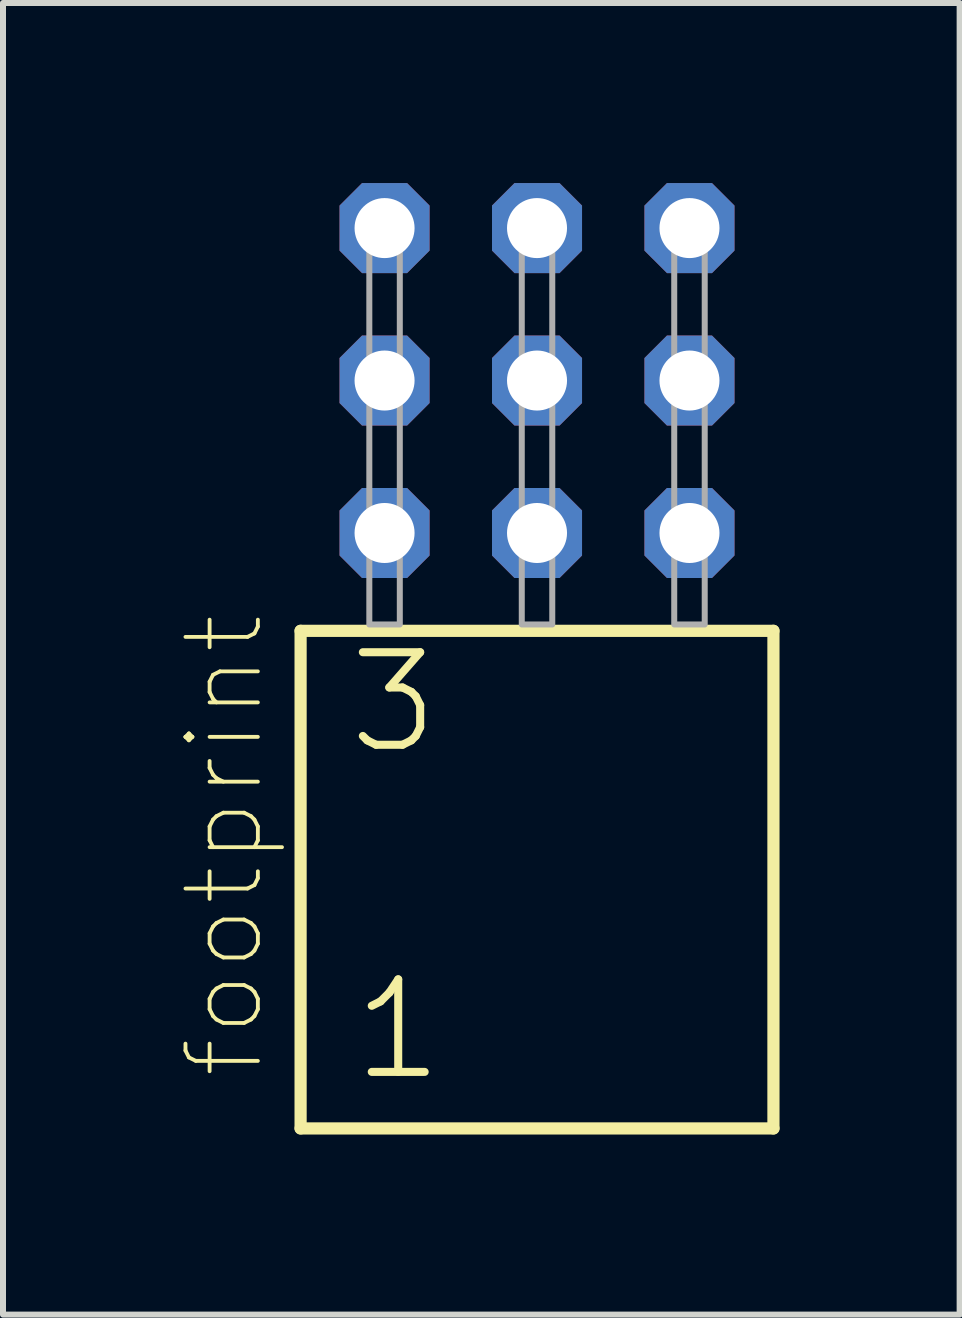
<source format=kicad_pcb>
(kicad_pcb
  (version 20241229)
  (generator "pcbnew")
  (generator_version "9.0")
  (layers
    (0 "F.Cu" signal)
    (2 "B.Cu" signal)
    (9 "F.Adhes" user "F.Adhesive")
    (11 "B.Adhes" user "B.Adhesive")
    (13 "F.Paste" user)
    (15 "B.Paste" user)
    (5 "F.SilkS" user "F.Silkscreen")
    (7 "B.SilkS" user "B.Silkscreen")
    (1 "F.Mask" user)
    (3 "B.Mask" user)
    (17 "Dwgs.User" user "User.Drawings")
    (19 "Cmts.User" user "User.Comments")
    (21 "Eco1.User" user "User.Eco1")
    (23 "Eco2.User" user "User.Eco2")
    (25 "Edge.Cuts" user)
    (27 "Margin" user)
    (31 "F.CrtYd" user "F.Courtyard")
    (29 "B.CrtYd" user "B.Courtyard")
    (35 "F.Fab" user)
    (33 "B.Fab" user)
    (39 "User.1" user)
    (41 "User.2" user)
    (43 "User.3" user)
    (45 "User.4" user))
  (footprint "footprint"
    (layer "F.Cu")
    (at 5.897 7.354)
    (property "Reference" "footprint" (at -4.5 7.6 90) (layer "F.SilkS") (effects (font (size 1.206 1.206) (thickness 0.064)) (justify left bottom)))
    (fp_line (start -3.939 0.106) (end -3.939 8.396) (stroke (width 0.203) (type solid)) (layer "F.SilkS"))
    (fp_line (start -3.939 8.396) (end 3.939 8.396) (stroke (width 0.203) (type solid)) (layer "F.SilkS"))
    (fp_line (start 3.939 0.106) (end -3.939 0.106) (stroke (width 0.203) (type solid)) (layer "F.SilkS"))
    (fp_line (start 3.939 8.396) (end 3.939 0.106) (stroke (width 0.203) (type solid)) (layer "F.SilkS"))
    (fp_poly (pts (xy -2.794 0) (xy -2.286 0) (xy -2.286 -6.858) (xy -2.794 -6.858)) (stroke (width 0.1) (type solid)) (fill no) (layer "F.Fab"))
    (fp_poly (pts (xy -0.254 0) (xy 0.254 0) (xy 0.254 -6.858) (xy -0.254 -6.858)) (stroke (width 0.1) (type solid)) (fill no) (layer "F.Fab"))
    (fp_poly (pts (xy 2.286 0) (xy 2.794 0) (xy 2.794 -6.858) (xy 2.286 -6.858)) (stroke (width 0.1) (type solid)) (fill no) (layer "F.Fab"))
    (fp_text user "3" (at -3.21 2.2 0) (layer "F.SilkS") (effects (font (size 1.542 1.542) (thickness 0.134)) (justify left bottom)))
    (fp_text user "1" (at -3.135 7.65 0) (layer "F.SilkS") (effects (font (size 1.542 1.542) (thickness 0.134)) (justify left bottom)))
    (pad "1" thru_hole roundrect (at -2.54 -1.524) (size 1.5 1.5) (drill 1) (layers "*.Cu" "*.Mask") (roundrect_rratio 0.25) (chamfer_ratio 0.25) (chamfer top_left top_right bottom_left bottom_right))
    (pad "2" thru_hole roundrect (at -2.54 -4.064) (size 1.5 1.5) (drill 1) (layers "*.Cu" "*.Mask") (roundrect_rratio 0.25) (chamfer_ratio 0.25) (chamfer top_left top_right bottom_left bottom_right))
    (pad "3" thru_hole roundrect (at -2.54 -6.604) (size 1.5 1.5) (drill 1) (layers "*.Cu" "*.Mask") (roundrect_rratio 0.25) (chamfer_ratio 0.25) (chamfer top_left top_right bottom_left bottom_right))
    (pad "4" thru_hole roundrect (at 0 -1.524) (size 1.5 1.5) (drill 1) (layers "*.Cu" "*.Mask") (roundrect_rratio 0.25) (chamfer_ratio 0.25) (chamfer top_left top_right bottom_left bottom_right))
    (pad "5" thru_hole roundrect (at 0 -4.064) (size 1.5 1.5) (drill 1) (layers "*.Cu" "*.Mask") (roundrect_rratio 0.25) (chamfer_ratio 0.25) (chamfer top_left top_right bottom_left bottom_right))
    (pad "6" thru_hole roundrect (at 0 -6.604) (size 1.5 1.5) (drill 1) (layers "*.Cu" "*.Mask") (roundrect_rratio 0.25) (chamfer_ratio 0.25) (chamfer top_left top_right bottom_left bottom_right))
    (pad "7" thru_hole roundrect (at 2.54 -1.524) (size 1.5 1.5) (drill 1) (layers "*.Cu" "*.Mask") (roundrect_rratio 0.25) (chamfer_ratio 0.25) (chamfer top_left top_right bottom_left bottom_right))
    (pad "8" thru_hole roundrect (at 2.54 -4.064) (size 1.5 1.5) (drill 1) (layers "*.Cu" "*.Mask") (roundrect_rratio 0.25) (chamfer_ratio 0.25) (chamfer top_left top_right bottom_left bottom_right))
    (pad "9" thru_hole roundrect (at 2.54 -6.604) (size 1.5 1.5) (drill 1) (layers "*.Cu" "*.Mask") (roundrect_rratio 0.25) (chamfer_ratio 0.25) (chamfer top_left top_right bottom_left bottom_right)))
  (gr_rect
    (start -3 -3)
    (end 12.938 18.852)
    (stroke (width 0.1) (type default))
    (fill no)
    (layer "Edge.Cuts")))
</source>
